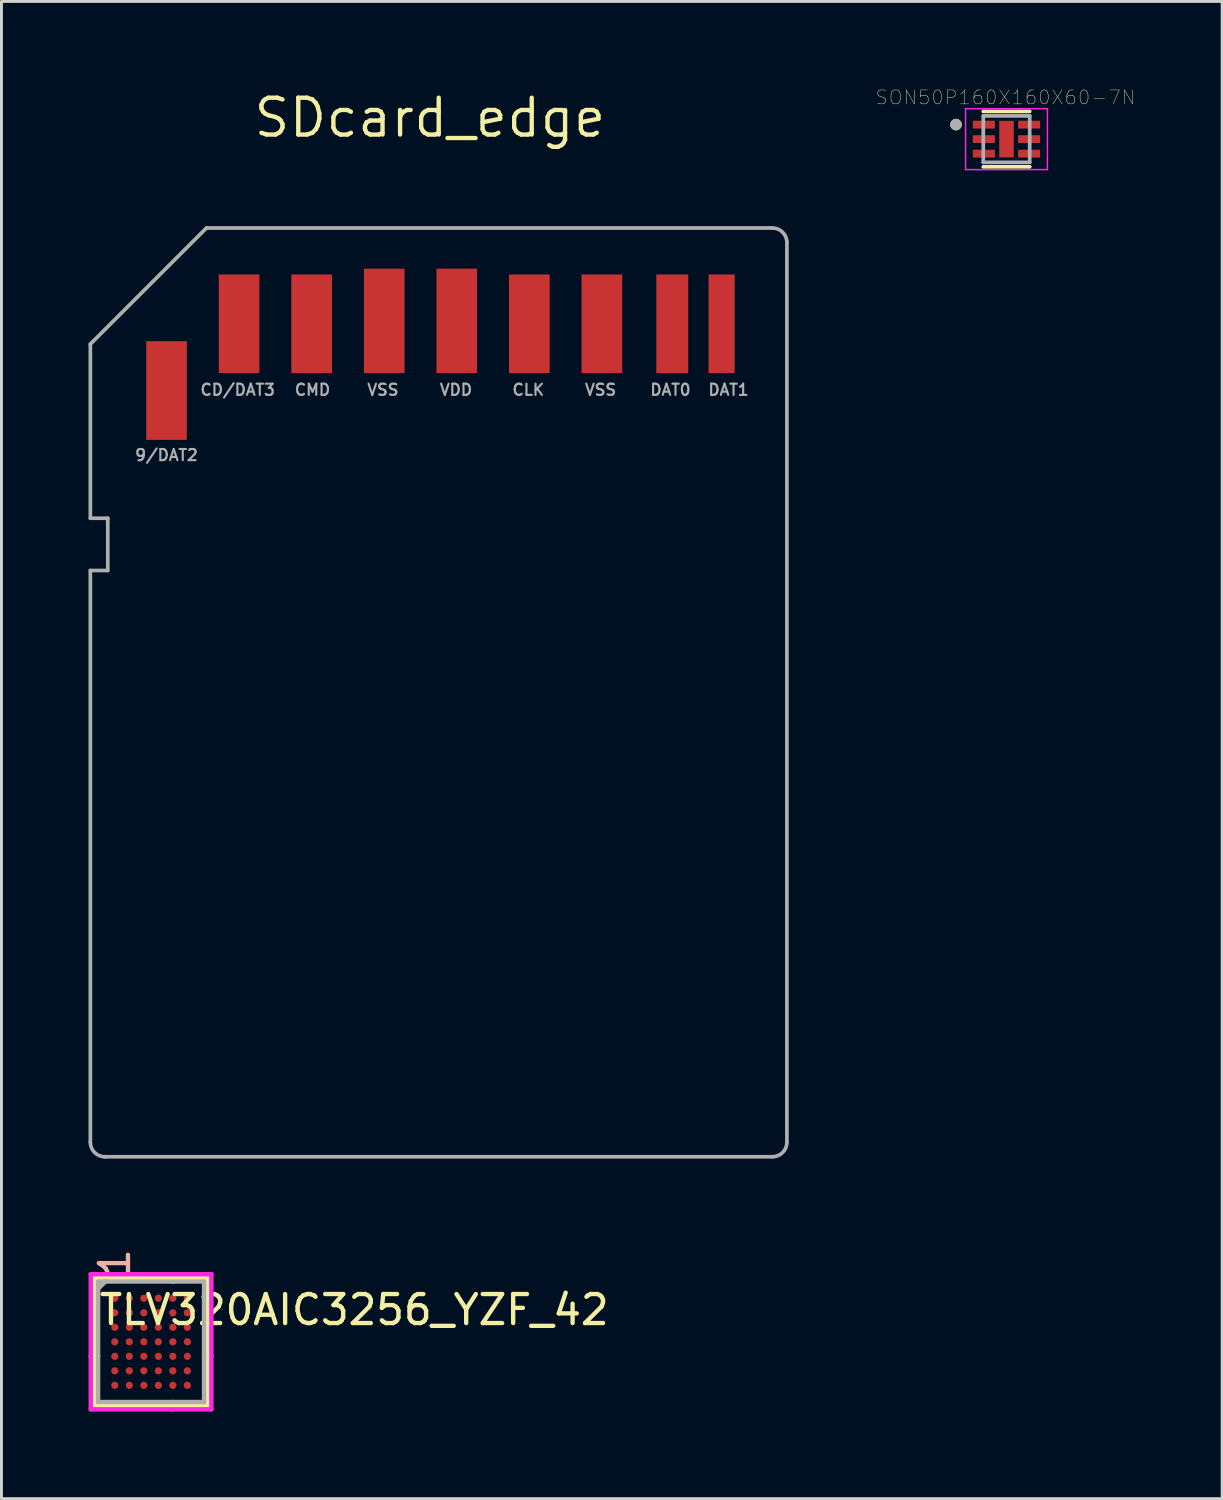
<source format=kicad_pcb>
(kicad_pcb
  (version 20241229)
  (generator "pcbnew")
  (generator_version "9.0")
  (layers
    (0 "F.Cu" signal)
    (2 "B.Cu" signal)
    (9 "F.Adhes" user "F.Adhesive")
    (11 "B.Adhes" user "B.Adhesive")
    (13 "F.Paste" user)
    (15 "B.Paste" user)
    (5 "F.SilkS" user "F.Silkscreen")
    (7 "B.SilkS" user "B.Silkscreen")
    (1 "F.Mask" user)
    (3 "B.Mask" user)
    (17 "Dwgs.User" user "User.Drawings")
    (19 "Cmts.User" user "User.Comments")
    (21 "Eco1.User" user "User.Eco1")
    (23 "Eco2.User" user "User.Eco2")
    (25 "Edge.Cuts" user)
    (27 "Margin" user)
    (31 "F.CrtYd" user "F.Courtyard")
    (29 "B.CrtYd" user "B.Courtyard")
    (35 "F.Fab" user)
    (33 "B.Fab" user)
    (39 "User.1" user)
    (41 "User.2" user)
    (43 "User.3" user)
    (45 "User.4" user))
  (footprint "SDcard_edge"
    (layer "F.Cu")
    (at 12.063 8.106)
    (property "Reference" "SDcard_edge" (at -0.3 -7.1 0) (layer "F.SilkS") (effects (font (size 1.27 1.27) (thickness 0.15))))
    (attr through_hole)
    (fp_line (start -12 0.7) (end -12 6.7) (stroke (width 0.127) (type solid)) (layer "F.Fab"))
    (fp_line (start -12 6.7) (end -11.4 6.7) (stroke (width 0.127) (type solid)) (layer "F.Fab"))
    (fp_line (start -12 8.5) (end -12 28.2) (stroke (width 0.127) (type solid)) (layer "F.Fab"))
    (fp_line (start -11.5 28.7) (end 11.5 28.7) (stroke (width 0.127) (type solid)) (layer "F.Fab"))
    (fp_line (start -11.4 6.7) (end -11.4 8.5) (stroke (width 0.127) (type solid)) (layer "F.Fab"))
    (fp_line (start -11.4 8.5) (end -12 8.5) (stroke (width 0.127) (type solid)) (layer "F.Fab"))
    (fp_line (start -8 -3.3) (end -12 0.7) (stroke (width 0.127) (type solid)) (layer "F.Fab"))
    (fp_line (start 11.5 -3.3) (end -8 -3.3) (stroke (width 0.127) (type solid)) (layer "F.Fab"))
    (fp_line (start 12 28.2) (end 12 -2.8) (stroke (width 0.127) (type solid)) (layer "F.Fab"))
    (fp_arc (start -11.5 28.7) (mid -11.853553 28.553553) (end -12 28.2) (stroke (width 0.127) (type solid)) (layer "F.Fab"))
    (fp_arc (start 11.5 -3.3) (mid 11.853553 -3.153553) (end 12 -2.8) (stroke (width 0.127) (type solid)) (layer "F.Fab"))
    (fp_arc (start 12 28.2) (mid 11.853553 28.553553) (end 11.5 28.7) (stroke (width 0.127) (type solid)) (layer "F.Fab"))
    (fp_text user "DAT0" (at 7.25 2.5 0) (layer "F.Fab") (effects (font (size 0.386 0.386) (thickness 0.073)) (justify left bottom)))
    (fp_text user "9/DAT2" (at -10.5 4.75 0) (layer "F.Fab") (effects (font (size 0.386 0.386) (thickness 0.073)) (justify left bottom)))
    (fp_text user "CD/DAT3" (at -8.25 2.5 0) (layer "F.Fab") (effects (font (size 0.386 0.386) (thickness 0.073)) (justify left bottom)))
    (fp_text user "CLK" (at 2.5 2.5 0) (layer "F.Fab") (effects (font (size 0.386 0.386) (thickness 0.073)) (justify left bottom)))
    (fp_text user "CMD" (at -5 2.5 0) (layer "F.Fab") (effects (font (size 0.386 0.386) (thickness 0.073)) (justify left bottom)))
    (fp_text user "VSS" (at -2.5 2.5 0) (layer "F.Fab") (effects (font (size 0.386 0.386) (thickness 0.073)) (justify left bottom)))
    (fp_text user "VSS" (at 5 2.5 0) (layer "F.Fab") (effects (font (size 0.386 0.386) (thickness 0.073)) (justify left bottom)))
    (fp_text user "VDD" (at 0 2.5 0) (layer "F.Fab") (effects (font (size 0.386 0.386) (thickness 0.073)) (justify left bottom)))
    (fp_text user "DAT1" (at 9.25 2.5 0) (layer "F.Fab") (effects (font (size 0.386 0.386) (thickness 0.073)) (justify left bottom)))
    (pad "1" smd rect (at -6.875 0) (size 1.4 3.4) (layers "F.Cu" "F.Mask" "F.Paste"))
    (pad "2" smd rect (at -4.375 0) (size 1.4 3.4) (layers "F.Cu" "F.Mask" "F.Paste"))
    (pad "3" smd rect (at -1.875 -0.1) (size 1.4 3.6) (layers "F.Cu" "F.Mask" "F.Paste"))
    (pad "4" smd rect (at 0.625 -0.1) (size 1.4 3.6) (layers "F.Cu" "F.Mask" "F.Paste"))
    (pad "5" smd rect (at 3.125 0) (size 1.4 3.4) (layers "F.Cu" "F.Mask" "F.Paste"))
    (pad "6" smd rect (at 5.625 0) (size 1.4 3.4) (layers "F.Cu" "F.Mask" "F.Paste"))
    (pad "7" smd rect (at 8.05 0) (size 1.1 3.4) (layers "F.Cu" "F.Mask" "F.Paste"))
    (pad "8" smd rect (at 9.75 0) (size 0.9 3.4) (layers "F.Cu" "F.Mask" "F.Paste"))
    (pad "9" smd rect (at -9.375 2.3) (size 1.4 3.4) (layers "F.Cu" "F.Mask" "F.Paste")))
  (footprint "TLV320AIC3256_YZF_42"
    (layer "F.Cu")
    (at 2.155 43.181)
    (property "Reference" "TLV320AIC3256_YZF_42" (at 7 -1.1 0) (layer "F.SilkS") (effects (font (size 1 1) (thickness 0.15))))
    (attr through_hole)
    (fp_line (start -1.952 -2.202) (end -1.952 2.202) (stroke (width 0.152) (type solid)) (layer "F.SilkS"))
    (fp_line (start -1.952 2.202) (end 1.952 2.202) (stroke (width 0.152) (type solid)) (layer "F.SilkS"))
    (fp_line (start -1.825 0.5) (end -2.079 0.5) (stroke (width 0.152) (type solid)) (layer "F.SilkS"))
    (fp_line (start 0.75 -2.075) (end 0.75 -2.329) (stroke (width 0.152) (type solid)) (layer "F.SilkS"))
    (fp_line (start 0.75 2.075) (end 0.75 2.329) (stroke (width 0.152) (type solid)) (layer "F.SilkS"))
    (fp_line (start 1.825 0.5) (end 2.079 0.5) (stroke (width 0.152) (type solid)) (layer "F.SilkS"))
    (fp_line (start 1.952 -2.202) (end -1.952 -2.202) (stroke (width 0.152) (type solid)) (layer "F.SilkS"))
    (fp_line (start 1.952 2.202) (end 1.952 -2.202) (stroke (width 0.152) (type solid)) (layer "F.SilkS"))
    (fp_line (start -2.079 -2.329) (end 2.079 -2.329) (stroke (width 0.152) (type solid)) (layer "F.CrtYd"))
    (fp_line (start -2.079 2.329) (end -2.079 -2.329) (stroke (width 0.152) (type solid)) (layer "F.CrtYd"))
    (fp_line (start 2.079 -2.329) (end 2.079 2.329) (stroke (width 0.152) (type solid)) (layer "F.CrtYd"))
    (fp_line (start 2.079 2.329) (end -2.079 2.329) (stroke (width 0.152) (type solid)) (layer "F.CrtYd"))
    (fp_line (start -1.825 -2.075) (end -1.825 2.075) (stroke (width 0.152) (type solid)) (layer "F.Fab"))
    (fp_line (start -1.825 2.075) (end 1.825 2.075) (stroke (width 0.152) (type solid)) (layer "F.Fab"))
    (fp_line (start -1.575 -2.075) (end -1.825 -1.825) (stroke (width 0.152) (type solid)) (layer "F.Fab"))
    (fp_line (start 1.825 -2.075) (end -1.825 -2.075) (stroke (width 0.152) (type solid)) (layer "F.Fab"))
    (fp_line (start 1.825 2.075) (end 1.825 -2.075) (stroke (width 0.152) (type solid)) (layer "F.Fab"))
    (fp_text user "1" (at -1.25 -2.71 90) (layer "B.SilkS") (effects (font (size 1 1) (thickness 0.15))))
    (pad "A1" smd circle (at -1.25 -1.5) (size 0.25 0.25) (layers "F.Cu" "F.Mask" "F.Paste"))
    (pad "A2" smd circle (at -0.75 -1.5) (size 0.25 0.25) (layers "F.Cu" "F.Mask" "F.Paste"))
    (pad "A3" smd circle (at -0.25 -1.5) (size 0.25 0.25) (layers "F.Cu" "F.Mask" "F.Paste"))
    (pad "A4" smd circle (at 0.25 -1.5) (size 0.25 0.25) (layers "F.Cu" "F.Mask" "F.Paste"))
    (pad "A5" smd circle (at 0.75 -1.5) (size 0.25 0.25) (layers "F.Cu" "F.Mask" "F.Paste"))
    (pad "A6" smd circle (at 1.25 -1.5) (size 0.25 0.25) (layers "F.Cu" "F.Mask" "F.Paste"))
    (pad "B1" smd circle (at -1.25 -1) (size 0.25 0.25) (layers "F.Cu" "F.Mask" "F.Paste"))
    (pad "B2" smd circle (at -0.75 -1) (size 0.25 0.25) (layers "F.Cu" "F.Mask" "F.Paste"))
    (pad "B3" smd circle (at -0.25 -1) (size 0.25 0.25) (layers "F.Cu" "F.Mask" "F.Paste"))
    (pad "B4" smd circle (at 0.25 -1) (size 0.25 0.25) (layers "F.Cu" "F.Mask" "F.Paste"))
    (pad "B5" smd circle (at 0.75 -1) (size 0.25 0.25) (layers "F.Cu" "F.Mask" "F.Paste"))
    (pad "B6" smd circle (at 1.25 -1) (size 0.25 0.25) (layers "F.Cu" "F.Mask" "F.Paste"))
    (pad "C1" smd circle (at -1.25 -0.5) (size 0.25 0.25) (layers "F.Cu" "F.Mask" "F.Paste"))
    (pad "C2" smd circle (at -0.75 -0.5) (size 0.25 0.25) (layers "F.Cu" "F.Mask" "F.Paste"))
    (pad "C3" smd circle (at -0.25 -0.5) (size 0.25 0.25) (layers "F.Cu" "F.Mask" "F.Paste"))
    (pad "C4" smd circle (at 0.25 -0.5) (size 0.25 0.25) (layers "F.Cu" "F.Mask" "F.Paste"))
    (pad "C5" smd circle (at 0.75 -0.5) (size 0.25 0.25) (layers "F.Cu" "F.Mask" "F.Paste"))
    (pad "C6" smd circle (at 1.25 -0.5) (size 0.25 0.25) (layers "F.Cu" "F.Mask" "F.Paste"))
    (pad "D1" smd circle (at -1.25 0) (size 0.25 0.25) (layers "F.Cu" "F.Mask" "F.Paste"))
    (pad "D2" smd circle (at -0.75 0) (size 0.25 0.25) (layers "F.Cu" "F.Mask" "F.Paste"))
    (pad "D3" smd circle (at -0.25 0) (size 0.25 0.25) (layers "F.Cu" "F.Mask" "F.Paste"))
    (pad "D4" smd circle (at 0.25 0) (size 0.25 0.25) (layers "F.Cu" "F.Mask" "F.Paste"))
    (pad "D5" smd circle (at 0.75 0) (size 0.25 0.25) (layers "F.Cu" "F.Mask" "F.Paste"))
    (pad "D6" smd circle (at 1.25 0) (size 0.25 0.25) (layers "F.Cu" "F.Mask" "F.Paste"))
    (pad "E1" smd circle (at -1.25 0.5) (size 0.25 0.25) (layers "F.Cu" "F.Mask" "F.Paste"))
    (pad "E2" smd circle (at -0.75 0.5) (size 0.25 0.25) (layers "F.Cu" "F.Mask" "F.Paste"))
    (pad "E3" smd circle (at -0.25 0.5) (size 0.25 0.25) (layers "F.Cu" "F.Mask" "F.Paste"))
    (pad "E4" smd circle (at 0.25 0.5) (size 0.25 0.25) (layers "F.Cu" "F.Mask" "F.Paste"))
    (pad "E5" smd circle (at 0.75 0.5) (size 0.25 0.25) (layers "F.Cu" "F.Mask" "F.Paste"))
    (pad "E6" smd circle (at 1.25 0.5) (size 0.25 0.25) (layers "F.Cu" "F.Mask" "F.Paste"))
    (pad "F1" smd circle (at -1.25 1) (size 0.25 0.25) (layers "F.Cu" "F.Mask" "F.Paste"))
    (pad "F2" smd circle (at -0.75 1) (size 0.25 0.25) (layers "F.Cu" "F.Mask" "F.Paste"))
    (pad "F3" smd circle (at -0.25 1) (size 0.25 0.25) (layers "F.Cu" "F.Mask" "F.Paste"))
    (pad "F4" smd circle (at 0.25 1) (size 0.25 0.25) (layers "F.Cu" "F.Mask" "F.Paste"))
    (pad "F5" smd circle (at 0.75 1) (size 0.25 0.25) (layers "F.Cu" "F.Mask" "F.Paste"))
    (pad "F6" smd circle (at 1.25 1) (size 0.25 0.25) (layers "F.Cu" "F.Mask" "F.Paste"))
    (pad "G1" smd circle (at -1.25 1.5) (size 0.25 0.25) (layers "F.Cu" "F.Mask" "F.Paste"))
    (pad "G2" smd circle (at -0.75 1.5) (size 0.25 0.25) (layers "F.Cu" "F.Mask" "F.Paste"))
    (pad "G3" smd circle (at -0.25 1.5) (size 0.25 0.25) (layers "F.Cu" "F.Mask" "F.Paste"))
    (pad "G4" smd circle (at 0.25 1.5) (size 0.25 0.25) (layers "F.Cu" "F.Mask" "F.Paste"))
    (pad "G5" smd circle (at 0.75 1.5) (size 0.25 0.25) (layers "F.Cu" "F.Mask" "F.Paste"))
    (pad "G6" smd circle (at 1.25 1.5) (size 0.25 0.25) (layers "F.Cu" "F.Mask" "F.Paste")))
  (footprint "SON50P160X160X60-7N"
    (layer "F.Cu")
    (at 31.629 1.744)
    (property "Reference" "SON50P160X160X60-7N" (at -0.036 -1.437 0) (layer "F.SilkS") (effects (font (size 0.48 0.48) (thickness 0.015))))
    (attr through_hole)
    (fp_line (start -0.8 -0.955) (end 0.8 -0.955) (stroke (width 0.127) (type solid)) (layer "F.SilkS"))
    (fp_line (start -0.8 0.955) (end 0.8 0.955) (stroke (width 0.127) (type solid)) (layer "F.SilkS"))
    (fp_circle (center -1.74 -0.5) (end -1.64 -0.5) (stroke (width 0.2) (type solid)) (fill no) (layer "F.SilkS"))
    (fp_poly (pts (xy -0.16 -0.4) (xy 0.16 -0.4) (xy 0.16 0.4) (xy -0.16 0.4)) (stroke (width 0.01) (type solid)) (fill yes) (layer "F.Paste"))
    (fp_line (start -1.41 -1.05) (end -1.41 1.05) (stroke (width 0.05) (type solid)) (layer "F.CrtYd"))
    (fp_line (start -1.41 -1.05) (end 1.41 -1.05) (stroke (width 0.05) (type solid)) (layer "F.CrtYd"))
    (fp_line (start -1.41 1.05) (end 1.41 1.05) (stroke (width 0.05) (type solid)) (layer "F.CrtYd"))
    (fp_line (start 1.41 -1.05) (end 1.41 1.05) (stroke (width 0.05) (type solid)) (layer "F.CrtYd"))
    (fp_line (start -0.8 -0.8) (end -0.8 0.8) (stroke (width 0.127) (type solid)) (layer "F.Fab"))
    (fp_line (start -0.8 -0.8) (end 0.8 -0.8) (stroke (width 0.127) (type solid)) (layer "F.Fab"))
    (fp_line (start -0.8 0.8) (end 0.8 0.8) (stroke (width 0.127) (type solid)) (layer "F.Fab"))
    (fp_line (start 0.8 -0.8) (end 0.8 0.8) (stroke (width 0.127) (type solid)) (layer "F.Fab"))
    (fp_circle (center -1.74 -0.5) (end -1.64 -0.5) (stroke (width 0.2) (type solid)) (fill no) (layer "F.Fab"))
    (pad "1" smd rect (at -0.78 -0.5) (size 0.76 0.27) (layers "F.Cu" "F.Mask" "F.Paste"))
    (pad "2" smd rect (at -0.78 0) (size 0.76 0.27) (layers "F.Cu" "F.Mask" "F.Paste"))
    (pad "3" smd rect (at -0.78 0.5) (size 0.76 0.27) (layers "F.Cu" "F.Mask" "F.Paste"))
    (pad "4" smd rect (at 0.78 0.5) (size 0.76 0.27) (layers "F.Cu" "F.Mask" "F.Paste"))
    (pad "5" smd rect (at 0.78 0) (size 0.76 0.27) (layers "F.Cu" "F.Mask" "F.Paste"))
    (pad "6" smd rect (at 0.78 -0.5) (size 0.76 0.27) (layers "F.Cu" "F.Mask" "F.Paste"))
    (pad "7" smd rect (at 0 0) (size 0.5 1.26) (layers "F.Cu" "F.Mask")))
  (gr_rect
    (start -3 -3)
    (end 39.059 48.586)
    (stroke (width 0.1) (type default))
    (fill no)
    (layer "Edge.Cuts")))
</source>
